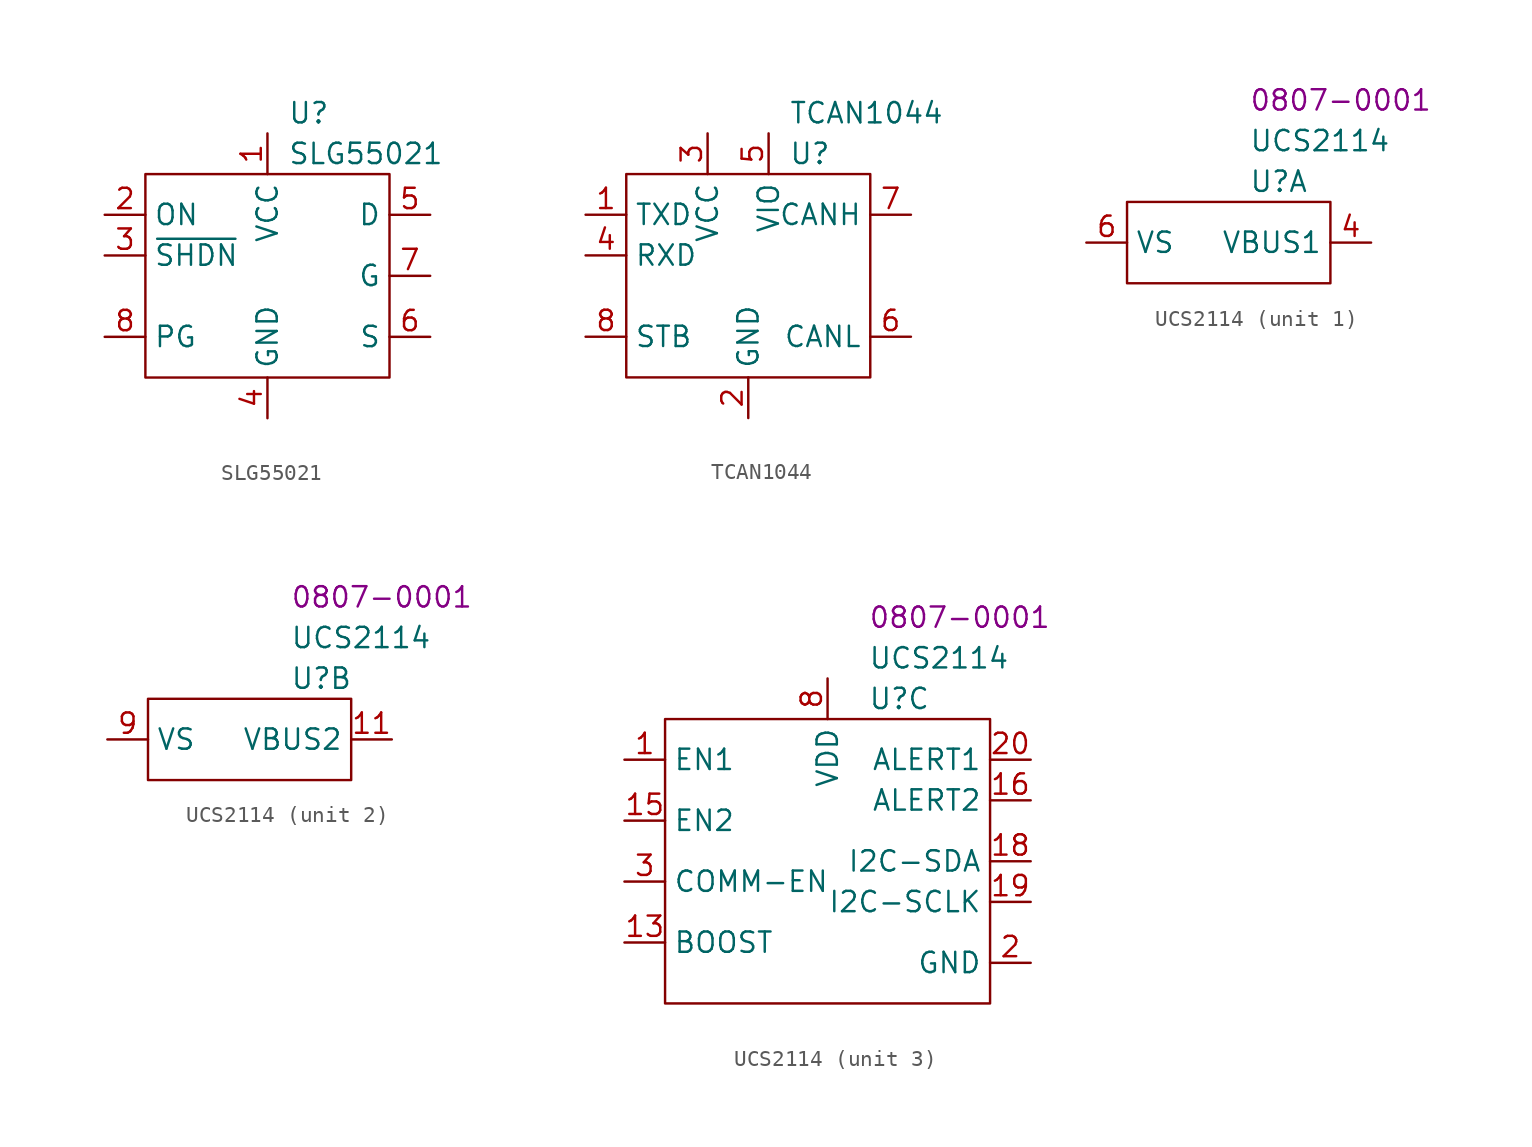
<source format=kicad_sym>
(kicad_symbol_lib
  (version 20220914)
  (generator kicad_symbol_editor)
  (symbol "SLG55021"
    (property "Reference" "U"
      (at 8.89 3.81 0)
      (effects (font (size 1.27 1.27)) (justify left)))
    (property "Value" "SLG55021"
      (at 8.89 1.27 0)
      (effects (font (size 1.27 1.27)) (justify left)))
    (symbol "SLG55021_0_0"
      (pin power_in line (at 7.62 2.54 270) (length 2.54) (name "VCC" (effects (font (size 1.27 1.27)))) (number "1" (effects (font (size 1.27 1.27)))))
      (pin input line (at -2.54 -2.54 0) (length 2.54) (name "ON" (effects (font (size 1.27 1.27)))) (number "2" (effects (font (size 1.27 1.27)))))
      (pin input line (at -2.54 -5.08 0) (length 2.54) (name "~{SHDN}" (effects (font (size 1.27 1.27)))) (number "3" (effects (font (size 1.27 1.27)))))
      (pin power_in line (at 7.62 -15.24 90) (length 2.54) (name "GND" (effects (font (size 1.27 1.27)))) (number "4" (effects (font (size 1.27 1.27)))))
      (pin input line (at 17.78 -2.54 180) (length 2.54) (name "D" (effects (font (size 1.27 1.27)))) (number "5" (effects (font (size 1.27 1.27)))))
      (pin input line (at 17.78 -10.16 180) (length 2.54) (name "S" (effects (font (size 1.27 1.27)))) (number "6" (effects (font (size 1.27 1.27)))))
      (pin output line (at 17.78 -6.35 180) (length 2.54) (name "G" (effects (font (size 1.27 1.27)))) (number "7" (effects (font (size 1.27 1.27)))))
      (pin output line (at -2.54 -10.16 0) (length 2.54) (name "PG" (effects (font (size 1.27 1.27)))) (number "8" (effects (font (size 1.27 1.27)))))
      (pin power_in line (at 7.62 -15.24 90) (length 2.54) hide (name "GND" (effects (font (size 1.27 1.27)))) (number "9" (effects (font (size 1.27 1.27))))))
    (symbol "SLG55021_0_1"
      (rectangle (start 0 0) (end 15.24 -12.7) (stroke (width 0) (type default)) (fill (type none)))))
  (symbol "TCAN1044"
    (property "Reference" "U"
      (at 10.16 1.27 0)
      (effects (font (size 1.27 1.27)) (justify left)))
    (property "Value" "TCAN1044"
      (at 10.16 3.81 0)
      (effects (font (size 1.27 1.27)) (justify left)))
    (symbol "TCAN1044_0_0"
      (pin input line (at -2.54 -2.54 0) (length 2.54) (name "TXD" (effects (font (size 1.27 1.27)))) (number "1" (effects (font (size 1.27 1.27)))))
      (pin power_in line (at 7.62 -15.24 90) (length 2.54) (name "GND" (effects (font (size 1.27 1.27)))) (number "2" (effects (font (size 1.27 1.27)))))
      (pin power_in line (at 5.08 2.54 270) (length 2.54) (name "VCC" (effects (font (size 1.27 1.27)))) (number "3" (effects (font (size 1.27 1.27)))))
      (pin output line (at -2.54 -5.08 0) (length 2.54) (name "RXD" (effects (font (size 1.27 1.27)))) (number "4" (effects (font (size 1.27 1.27)))))
      (pin power_in line (at 8.89 2.54 270) (length 2.54) (name "VIO" (effects (font (size 1.27 1.27)))) (number "5" (effects (font (size 1.27 1.27)))))
      (pin bidirectional line (at 17.78 -10.16 180) (length 2.54) (name "CANL" (effects (font (size 1.27 1.27)))) (number "6" (effects (font (size 1.27 1.27)))))
      (pin bidirectional line (at 17.78 -2.54 180) (length 2.54) (name "CANH" (effects (font (size 1.27 1.27)))) (number "7" (effects (font (size 1.27 1.27)))))
      (pin input line (at -2.54 -10.16 0) (length 2.54) (name "STB" (effects (font (size 1.27 1.27)))) (number "8" (effects (font (size 1.27 1.27))))))
    (symbol "TCAN1044_0_1"
      (rectangle (start 0 0) (end 15.24 -12.7) (stroke (width 0) (type default)) (fill (type none)))))
  (symbol "UCS2114"
    (property "Reference" "U"
      (at 2.54 1.27 0)
      (effects (font (size 1.27 1.27)) (justify left)))
    (property "Value" "UCS2114"
      (at 2.54 3.81 0)
      (effects (font (size 1.27 1.27)) (justify left)))
    (property "PartNumber" "0807-0001"
      (at 2.54 6.35 0)
      (effects (font (size 1.27 1.27)) (justify left)))
    (property "ki_locked" ""
      (at 0 0 0)
      (effects (font (size 1.27 1.27))))
    (symbol "UCS2114_1_0"
      (pin power_out line (at 10.16 -2.54 180) (length 2.54) (name "VBUS1" (effects (font (size 1.27 1.27)))) (number "4" (effects (font (size 1.27 1.27)))))
      (pin power_out line (at 10.16 -2.54 180) (length 2.54) hide (name "VBUS1" (effects (font (size 1.27 1.27)))) (number "5" (effects (font (size 1.27 1.27)))))
      (pin power_in line (at -7.62 -2.54 0) (length 2.54) (name "VS" (effects (font (size 1.27 1.27)))) (number "6" (effects (font (size 1.27 1.27)))))
      (pin power_in line (at -7.62 -2.54 0) (length 2.54) hide (name "VS" (effects (font (size 1.27 1.27)))) (number "7" (effects (font (size 1.27 1.27))))))
    (symbol "UCS2114_1_1"
      (rectangle (start -5.08 0) (end 7.62 -5.08) (stroke (width 0) (type default)) (fill (type none))))
    (symbol "UCS2114_2_0"
      (pin power_in line (at -8.89 -2.54 0) (length 2.54) hide (name "VS" (effects (font (size 1.27 1.27)))) (number "10" (effects (font (size 1.27 1.27)))))
      (pin power_out line (at 8.89 -2.54 180) (length 2.54) (name "VBUS2" (effects (font (size 1.27 1.27)))) (number "11" (effects (font (size 1.27 1.27)))))
      (pin power_out line (at 8.89 -2.54 180) (length 2.54) hide (name "VBUS2" (effects (font (size 1.27 1.27)))) (number "12" (effects (font (size 1.27 1.27)))))
      (pin power_in line (at -8.89 -2.54 0) (length 2.54) (name "VS" (effects (font (size 1.27 1.27)))) (number "9" (effects (font (size 1.27 1.27))))))
    (symbol "UCS2114_2_1"
      (rectangle (start -6.35 0) (end 6.35 -5.08) (stroke (width 0) (type default)) (fill (type none))))
    (symbol "UCS2114_3_0"
      (pin input line (at -12.7 -2.54 0) (length 2.54) (name "EN1" (effects (font (size 1.27 1.27)))) (number "1" (effects (font (size 1.27 1.27)))))
      (pin input line (at -12.7 -13.97 0) (length 2.54) (name "BOOST" (effects (font (size 1.27 1.27)))) (number "13" (effects (font (size 1.27 1.27)))))
      (pin power_in line (at 12.7 -15.24 180) (length 2.54) hide (name "GND" (effects (font (size 1.27 1.27)))) (number "14" (effects (font (size 1.27 1.27)))))
      (pin input line (at -12.7 -6.35 0) (length 2.54) (name "EN2" (effects (font (size 1.27 1.27)))) (number "15" (effects (font (size 1.27 1.27)))))
      (pin output line (at 12.7 -5.08 180) (length 2.54) (name "ALERT2" (effects (font (size 1.27 1.27)))) (number "16" (effects (font (size 1.27 1.27)))))
      (pin power_in line (at 12.7 -15.24 180) (length 2.54) hide (name "GND" (effects (font (size 1.27 1.27)))) (number "17" (effects (font (size 1.27 1.27)))))
      (pin bidirectional line (at 12.7 -8.89 180) (length 2.54) (name "I2C-SDA" (effects (font (size 1.27 1.27)))) (number "18" (effects (font (size 1.27 1.27)))))
      (pin input line (at 12.7 -11.43 180) (length 2.54) (name "I2C-SCLK" (effects (font (size 1.27 1.27)))) (number "19" (effects (font (size 1.27 1.27)))))
      (pin power_in line (at 12.7 -15.24 180) (length 2.54) (name "GND" (effects (font (size 1.27 1.27)))) (number "2" (effects (font (size 1.27 1.27)))))
      (pin output line (at 12.7 -2.54 180) (length 2.54) (name "ALERT1" (effects (font (size 1.27 1.27)))) (number "20" (effects (font (size 1.27 1.27)))))
      (pin input line (at -12.7 -10.16 0) (length 2.54) (name "COMM-EN" (effects (font (size 1.27 1.27)))) (number "3" (effects (font (size 1.27 1.27)))) (alternate "CURR-LIM" input line))
      (pin power_in line (at 0 2.54 270) (length 2.54) (name "VDD" (effects (font (size 1.27 1.27)))) (number "8" (effects (font (size 1.27 1.27))))))
    (symbol "UCS2114_3_1"
      (rectangle (start -10.16 0) (end 10.16 -17.78) (stroke (width 0) (type default)) (fill (type none))))))
</source>
